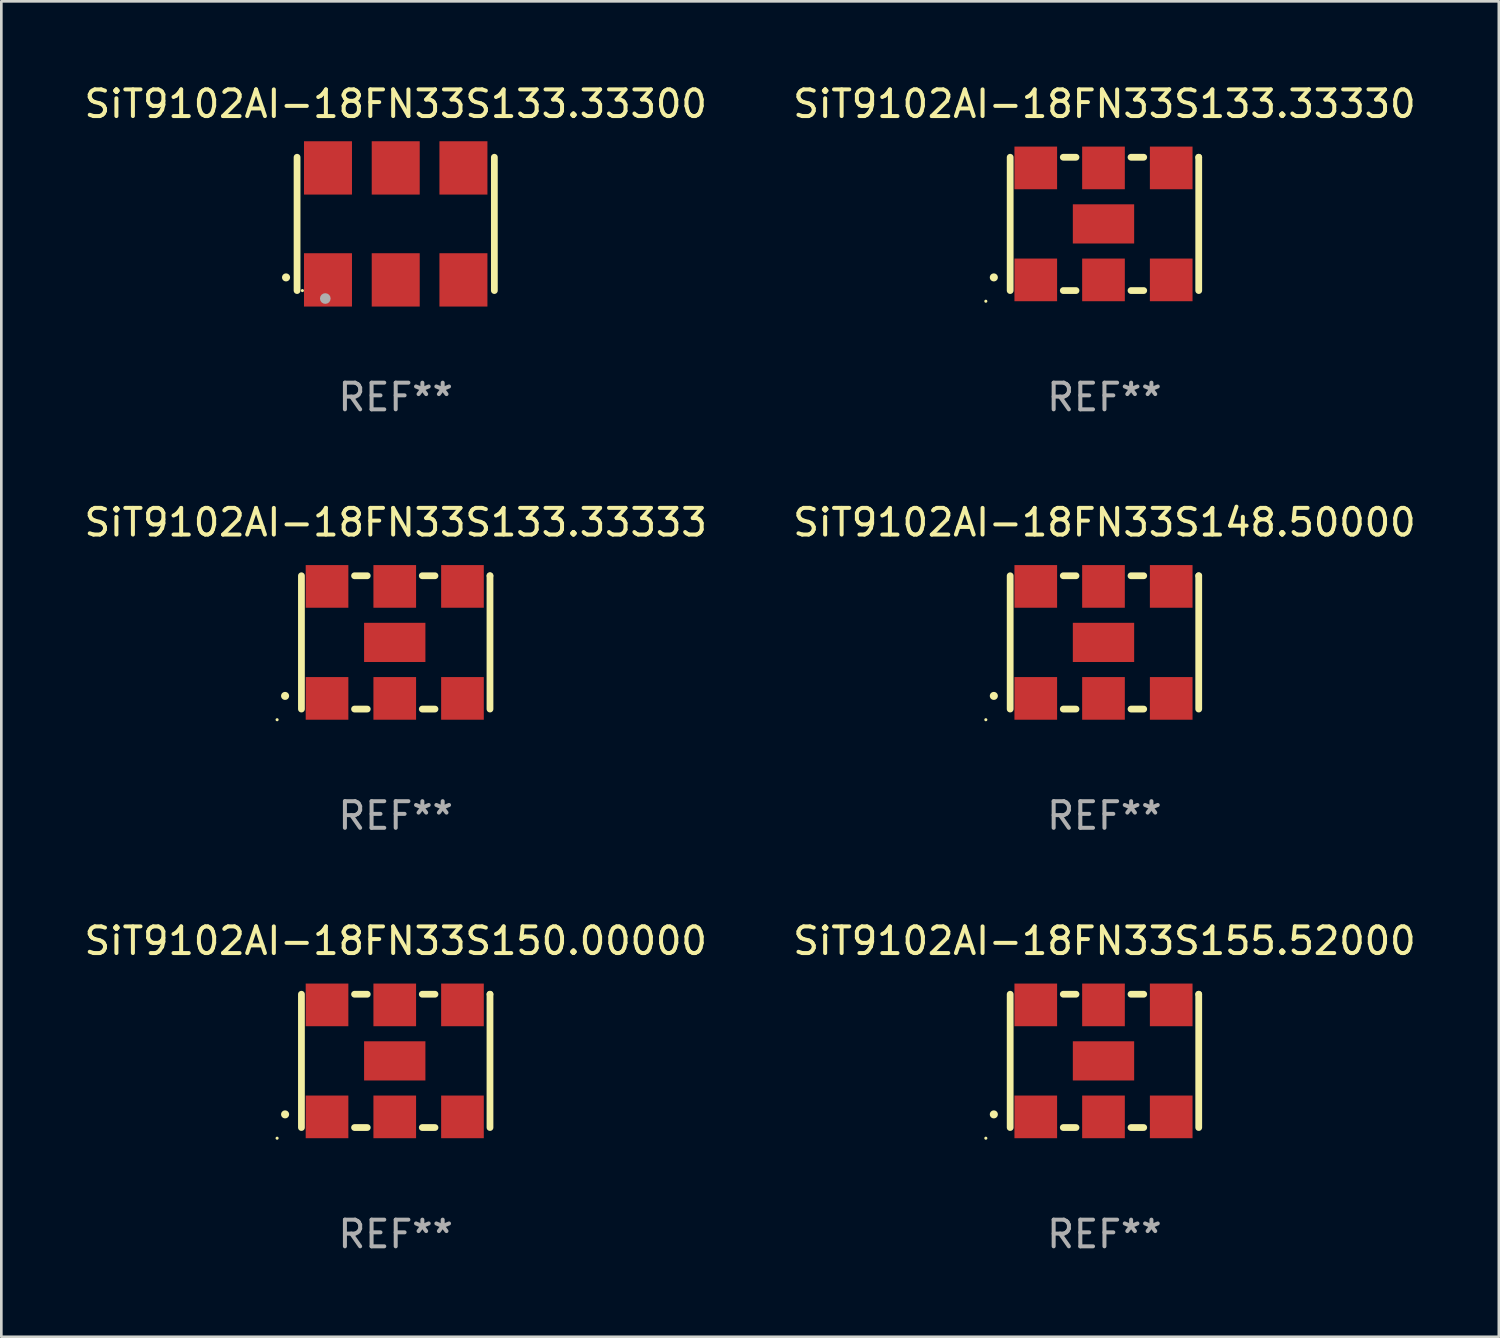
<source format=kicad_pcb>
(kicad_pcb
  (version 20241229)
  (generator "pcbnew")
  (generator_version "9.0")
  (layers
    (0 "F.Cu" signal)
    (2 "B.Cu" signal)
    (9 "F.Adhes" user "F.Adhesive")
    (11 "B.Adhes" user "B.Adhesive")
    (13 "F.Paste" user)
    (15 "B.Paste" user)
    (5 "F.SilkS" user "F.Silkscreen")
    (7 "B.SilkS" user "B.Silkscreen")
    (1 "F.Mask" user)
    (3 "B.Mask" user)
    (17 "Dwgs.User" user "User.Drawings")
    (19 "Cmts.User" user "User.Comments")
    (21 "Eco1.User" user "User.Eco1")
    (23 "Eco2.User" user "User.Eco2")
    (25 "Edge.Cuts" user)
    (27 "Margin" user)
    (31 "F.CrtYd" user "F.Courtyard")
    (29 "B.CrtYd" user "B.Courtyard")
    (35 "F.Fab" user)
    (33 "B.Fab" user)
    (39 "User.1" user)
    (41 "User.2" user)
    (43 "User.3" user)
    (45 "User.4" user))
  (footprint "SiT9102AI-18FN33S133.33333"
    (layer "F.Cu")
    (at 11.792 21.045)
    (property "Reference" "SiT9102AI-18FN33S133.33333" (at 0 -4.5 0) (layer "F.SilkS") (effects (font (size 1 1) (thickness 0.15))))
    (attr through_hole)
    (fp_line (start -3.536 -2.5) (end -3.536 2.5) (stroke (width 0.254) (type solid)) (layer "F.SilkS"))
    (fp_line (start -1.544 2.5) (end -1.067 2.5) (stroke (width 0.254) (type solid)) (layer "F.SilkS"))
    (fp_line (start -1.067 -2.5) (end -1.544 -2.5) (stroke (width 0.254) (type solid)) (layer "F.SilkS"))
    (fp_line (start 0.996 2.5) (end 1.473 2.5) (stroke (width 0.254) (type solid)) (layer "F.SilkS"))
    (fp_line (start 1.473 -2.5) (end 0.996 -2.5) (stroke (width 0.254) (type solid)) (layer "F.SilkS"))
    (fp_line (start 3.536 -2.5) (end 3.536 -2.5) (stroke (width 0.254) (type solid)) (layer "F.SilkS"))
    (fp_line (start 3.536 2.5) (end 3.536 -2.5) (stroke (width 0.254) (type solid)) (layer "F.SilkS"))
    (fp_arc (start -4.150432 2.006604) (mid -4.149162 2.006599) (end -4.147892 2.006604) (stroke (width 0.3) (type solid)) (layer "F.SilkS"))
    (fp_circle (center -4.449 2.9) (end -4.419 2.9) (stroke (width 0.06) (type solid)) (fill no) (layer "F.SilkS"))
    (fp_text user "REF**" (at 0 6.5 0) (layer "F.Fab") (effects (font (size 1 1) (thickness 0.15))))
    (pad "1" smd rect (at -2.576 2.1) (size 1.6 1.6) (layers "F.Cu" "F.Mask" "F.Paste"))
    (pad "2" smd rect (at -0.036 2.1) (size 1.6 1.6) (layers "F.Cu" "F.Mask" "F.Paste"))
    (pad "3" smd rect (at 2.504 2.1) (size 1.6 1.6) (layers "F.Cu" "F.Mask" "F.Paste"))
    (pad "4" smd rect (at 2.504 -2.1) (size 1.6 1.6) (layers "F.Cu" "F.Mask" "F.Paste"))
    (pad "5" smd rect (at -0.036 -2.1) (size 1.6 1.6) (layers "F.Cu" "F.Mask" "F.Paste"))
    (pad "6" smd rect (at -2.576 -2.1) (size 1.6 1.6) (layers "F.Cu" "F.Mask" "F.Paste"))
    (pad "7" smd rect (at -0.036 0) (size 2.3 1.47) (layers "F.Cu" "F.Mask" "F.Paste")))
  (footprint "SiT9102AI-18FN33S148.50000"
    (layer "F.Cu")
    (at 38.375 21.045)
    (property "Reference" "SiT9102AI-18FN33S148.50000" (at 0 -4.5 0) (layer "F.SilkS") (effects (font (size 1 1) (thickness 0.15))))
    (attr through_hole)
    (fp_line (start -3.536 -2.5) (end -3.536 2.5) (stroke (width 0.254) (type solid)) (layer "F.SilkS"))
    (fp_line (start -1.544 2.5) (end -1.067 2.5) (stroke (width 0.254) (type solid)) (layer "F.SilkS"))
    (fp_line (start -1.067 -2.5) (end -1.544 -2.5) (stroke (width 0.254) (type solid)) (layer "F.SilkS"))
    (fp_line (start 0.996 2.5) (end 1.473 2.5) (stroke (width 0.254) (type solid)) (layer "F.SilkS"))
    (fp_line (start 1.473 -2.5) (end 0.996 -2.5) (stroke (width 0.254) (type solid)) (layer "F.SilkS"))
    (fp_line (start 3.536 -2.5) (end 3.536 -2.5) (stroke (width 0.254) (type solid)) (layer "F.SilkS"))
    (fp_line (start 3.536 2.5) (end 3.536 -2.5) (stroke (width 0.254) (type solid)) (layer "F.SilkS"))
    (fp_arc (start -4.150432 2.006604) (mid -4.149162 2.006599) (end -4.147892 2.006604) (stroke (width 0.3) (type solid)) (layer "F.SilkS"))
    (fp_circle (center -4.449 2.9) (end -4.419 2.9) (stroke (width 0.06) (type solid)) (fill no) (layer "F.SilkS"))
    (fp_text user "REF**" (at 0 6.5 0) (layer "F.Fab") (effects (font (size 1 1) (thickness 0.15))))
    (pad "1" smd rect (at -2.576 2.1) (size 1.6 1.6) (layers "F.Cu" "F.Mask" "F.Paste"))
    (pad "2" smd rect (at -0.036 2.1) (size 1.6 1.6) (layers "F.Cu" "F.Mask" "F.Paste"))
    (pad "3" smd rect (at 2.504 2.1) (size 1.6 1.6) (layers "F.Cu" "F.Mask" "F.Paste"))
    (pad "4" smd rect (at 2.504 -2.1) (size 1.6 1.6) (layers "F.Cu" "F.Mask" "F.Paste"))
    (pad "5" smd rect (at -0.036 -2.1) (size 1.6 1.6) (layers "F.Cu" "F.Mask" "F.Paste"))
    (pad "6" smd rect (at -2.576 -2.1) (size 1.6 1.6) (layers "F.Cu" "F.Mask" "F.Paste"))
    (pad "7" smd rect (at -0.036 0) (size 2.3 1.47) (layers "F.Cu" "F.Mask" "F.Paste")))
  (footprint "SiT9102AI-18FN33S133.33330"
    (layer "F.Cu")
    (at 38.375 5.348)
    (property "Reference" "SiT9102AI-18FN33S133.33330" (at 0 -4.5 0) (layer "F.SilkS") (effects (font (size 1 1) (thickness 0.15))))
    (attr through_hole)
    (fp_line (start -3.536 -2.5) (end -3.536 2.5) (stroke (width 0.254) (type solid)) (layer "F.SilkS"))
    (fp_line (start -1.544 2.5) (end -1.067 2.5) (stroke (width 0.254) (type solid)) (layer "F.SilkS"))
    (fp_line (start -1.067 -2.5) (end -1.544 -2.5) (stroke (width 0.254) (type solid)) (layer "F.SilkS"))
    (fp_line (start 0.996 2.5) (end 1.473 2.5) (stroke (width 0.254) (type solid)) (layer "F.SilkS"))
    (fp_line (start 1.473 -2.5) (end 0.996 -2.5) (stroke (width 0.254) (type solid)) (layer "F.SilkS"))
    (fp_line (start 3.536 -2.5) (end 3.536 -2.5) (stroke (width 0.254) (type solid)) (layer "F.SilkS"))
    (fp_line (start 3.536 2.5) (end 3.536 -2.5) (stroke (width 0.254) (type solid)) (layer "F.SilkS"))
    (fp_arc (start -4.150432 2.006604) (mid -4.149162 2.006599) (end -4.147892 2.006604) (stroke (width 0.3) (type solid)) (layer "F.SilkS"))
    (fp_circle (center -4.449 2.9) (end -4.419 2.9) (stroke (width 0.06) (type solid)) (fill no) (layer "F.SilkS"))
    (fp_text user "REF**" (at 0 6.5 0) (layer "F.Fab") (effects (font (size 1 1) (thickness 0.15))))
    (pad "1" smd rect (at -2.576 2.1) (size 1.6 1.6) (layers "F.Cu" "F.Mask" "F.Paste"))
    (pad "2" smd rect (at -0.036 2.1) (size 1.6 1.6) (layers "F.Cu" "F.Mask" "F.Paste"))
    (pad "3" smd rect (at 2.504 2.1) (size 1.6 1.6) (layers "F.Cu" "F.Mask" "F.Paste"))
    (pad "4" smd rect (at 2.504 -2.1) (size 1.6 1.6) (layers "F.Cu" "F.Mask" "F.Paste"))
    (pad "5" smd rect (at -0.036 -2.1) (size 1.6 1.6) (layers "F.Cu" "F.Mask" "F.Paste"))
    (pad "6" smd rect (at -2.576 -2.1) (size 1.6 1.6) (layers "F.Cu" "F.Mask" "F.Paste"))
    (pad "7" smd rect (at -0.036 0) (size 2.3 1.47) (layers "F.Cu" "F.Mask" "F.Paste")))
  (footprint "SiT9102AI-18FN33S155.52000"
    (layer "F.Cu")
    (at 38.375 36.741)
    (property "Reference" "SiT9102AI-18FN33S155.52000" (at 0 -4.5 0) (layer "F.SilkS") (effects (font (size 1 1) (thickness 0.15))))
    (attr through_hole)
    (fp_line (start -3.536 -2.5) (end -3.536 2.5) (stroke (width 0.254) (type solid)) (layer "F.SilkS"))
    (fp_line (start -1.544 2.5) (end -1.067 2.5) (stroke (width 0.254) (type solid)) (layer "F.SilkS"))
    (fp_line (start -1.067 -2.5) (end -1.544 -2.5) (stroke (width 0.254) (type solid)) (layer "F.SilkS"))
    (fp_line (start 0.996 2.5) (end 1.473 2.5) (stroke (width 0.254) (type solid)) (layer "F.SilkS"))
    (fp_line (start 1.473 -2.5) (end 0.996 -2.5) (stroke (width 0.254) (type solid)) (layer "F.SilkS"))
    (fp_line (start 3.536 -2.5) (end 3.536 -2.5) (stroke (width 0.254) (type solid)) (layer "F.SilkS"))
    (fp_line (start 3.536 2.5) (end 3.536 -2.5) (stroke (width 0.254) (type solid)) (layer "F.SilkS"))
    (fp_arc (start -4.150432 2.006604) (mid -4.149162 2.006599) (end -4.147892 2.006604) (stroke (width 0.3) (type solid)) (layer "F.SilkS"))
    (fp_circle (center -4.449 2.9) (end -4.419 2.9) (stroke (width 0.06) (type solid)) (fill no) (layer "F.SilkS"))
    (fp_text user "REF**" (at 0 6.5 0) (layer "F.Fab") (effects (font (size 1 1) (thickness 0.15))))
    (pad "1" smd rect (at -2.576 2.1) (size 1.6 1.6) (layers "F.Cu" "F.Mask" "F.Paste"))
    (pad "2" smd rect (at -0.036 2.1) (size 1.6 1.6) (layers "F.Cu" "F.Mask" "F.Paste"))
    (pad "3" smd rect (at 2.504 2.1) (size 1.6 1.6) (layers "F.Cu" "F.Mask" "F.Paste"))
    (pad "4" smd rect (at 2.504 -2.1) (size 1.6 1.6) (layers "F.Cu" "F.Mask" "F.Paste"))
    (pad "5" smd rect (at -0.036 -2.1) (size 1.6 1.6) (layers "F.Cu" "F.Mask" "F.Paste"))
    (pad "6" smd rect (at -2.576 -2.1) (size 1.6 1.6) (layers "F.Cu" "F.Mask" "F.Paste"))
    (pad "7" smd rect (at -0.036 0) (size 2.3 1.47) (layers "F.Cu" "F.Mask" "F.Paste")))
  (footprint "SiT9102AI-18FN33S150.00000"
    (layer "F.Cu")
    (at 11.792 36.741)
    (property "Reference" "SiT9102AI-18FN33S150.00000" (at 0 -4.5 0) (layer "F.SilkS") (effects (font (size 1 1) (thickness 0.15))))
    (attr through_hole)
    (fp_line (start -3.536 -2.5) (end -3.536 2.5) (stroke (width 0.254) (type solid)) (layer "F.SilkS"))
    (fp_line (start -1.544 2.5) (end -1.067 2.5) (stroke (width 0.254) (type solid)) (layer "F.SilkS"))
    (fp_line (start -1.067 -2.5) (end -1.544 -2.5) (stroke (width 0.254) (type solid)) (layer "F.SilkS"))
    (fp_line (start 0.996 2.5) (end 1.473 2.5) (stroke (width 0.254) (type solid)) (layer "F.SilkS"))
    (fp_line (start 1.473 -2.5) (end 0.996 -2.5) (stroke (width 0.254) (type solid)) (layer "F.SilkS"))
    (fp_line (start 3.536 -2.5) (end 3.536 -2.5) (stroke (width 0.254) (type solid)) (layer "F.SilkS"))
    (fp_line (start 3.536 2.5) (end 3.536 -2.5) (stroke (width 0.254) (type solid)) (layer "F.SilkS"))
    (fp_arc (start -4.150432 2.006604) (mid -4.149162 2.006599) (end -4.147892 2.006604) (stroke (width 0.3) (type solid)) (layer "F.SilkS"))
    (fp_circle (center -4.449 2.9) (end -4.419 2.9) (stroke (width 0.06) (type solid)) (fill no) (layer "F.SilkS"))
    (fp_text user "REF**" (at 0 6.5 0) (layer "F.Fab") (effects (font (size 1 1) (thickness 0.15))))
    (pad "1" smd rect (at -2.576 2.1) (size 1.6 1.6) (layers "F.Cu" "F.Mask" "F.Paste"))
    (pad "2" smd rect (at -0.036 2.1) (size 1.6 1.6) (layers "F.Cu" "F.Mask" "F.Paste"))
    (pad "3" smd rect (at 2.504 2.1) (size 1.6 1.6) (layers "F.Cu" "F.Mask" "F.Paste"))
    (pad "4" smd rect (at 2.504 -2.1) (size 1.6 1.6) (layers "F.Cu" "F.Mask" "F.Paste"))
    (pad "5" smd rect (at -0.036 -2.1) (size 1.6 1.6) (layers "F.Cu" "F.Mask" "F.Paste"))
    (pad "6" smd rect (at -2.576 -2.1) (size 1.6 1.6) (layers "F.Cu" "F.Mask" "F.Paste"))
    (pad "7" smd rect (at -0.036 0) (size 2.3 1.47) (layers "F.Cu" "F.Mask" "F.Paste")))
  (footprint "SiT9102AI-18FN33S133.33300"
    (layer "F.Cu")
    (at 11.792 5.348)
    (property "Reference" "SiT9102AI-18FN33S133.33300" (at 0 -4.5 0) (layer "F.SilkS") (effects (font (size 1 1) (thickness 0.15))))
    (attr through_hole)
    (fp_line (start -3.7 -2.5) (end -3.7 2.5) (stroke (width 0.254) (type solid)) (layer "F.SilkS"))
    (fp_line (start 3.7 -2.5) (end 3.7 2.5) (stroke (width 0.254) (type solid)) (layer "F.SilkS"))
    (fp_arc (start -4.114415 2.006604) (mid -4.113145 2.006599) (end -4.111875 2.006604) (stroke (width 0.3) (type solid)) (layer "F.SilkS"))
    (fp_circle (center -3.5 2.501) (end -3.47 2.501) (stroke (width 0.06) (type solid)) (fill no) (layer "F.SilkS"))
    (fp_circle (center -2.641 2.799) (end -2.541 2.799) (stroke (width 0.2) (type solid)) (fill no) (layer "F.Fab"))
    (fp_text user "REF**" (at 0 6.5 0) (layer "F.Fab") (effects (font (size 1 1) (thickness 0.15))))
    (pad "1" smd rect (at -2.54 2.1) (size 1.8 2) (layers "F.Cu" "F.Mask" "F.Paste"))
    (pad "2" smd rect (at 0.000394 2.1) (size 1.8 2) (layers "F.Cu" "F.Mask" "F.Paste"))
    (pad "3" smd rect (at 2.54 2.1) (size 1.8 2) (layers "F.Cu" "F.Mask" "F.Paste"))
    (pad "4" smd rect (at 2.54 -2.1) (size 1.8 2) (layers "F.Cu" "F.Mask" "F.Paste"))
    (pad "5" smd rect (at 0.000394 -2.1) (size 1.8 2) (layers "F.Cu" "F.Mask" "F.Paste"))
    (pad "6" smd rect (at -2.54 -2.1) (size 1.8 2) (layers "F.Cu" "F.Mask" "F.Paste")))
  (gr_rect
    (start -3 -3)
    (end 53.167 47.09)
    (stroke (width 0.1) (type default))
    (fill no)
    (layer "Edge.Cuts")))
</source>
